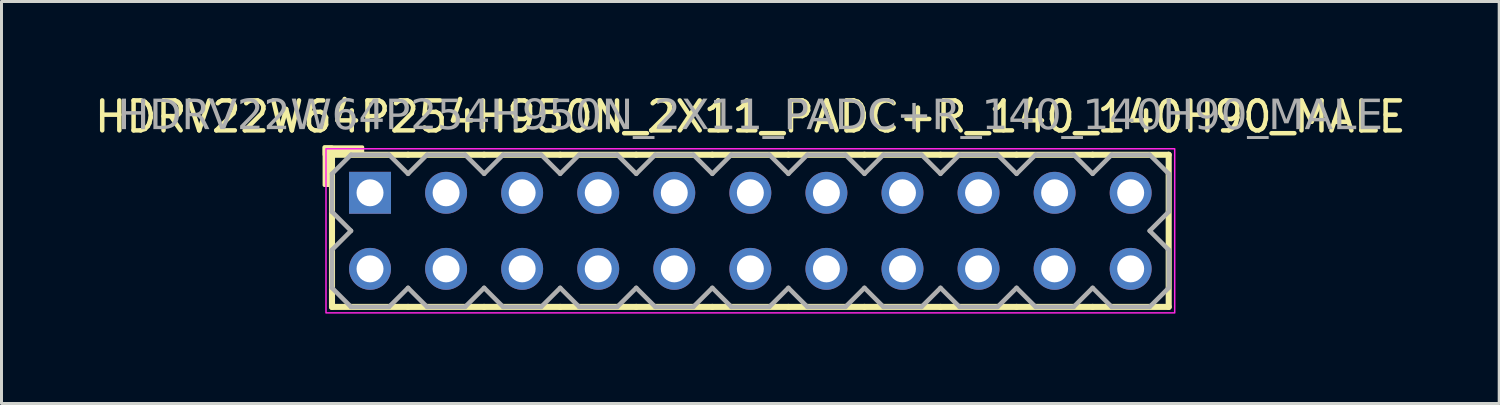
<source format=kicad_pcb>
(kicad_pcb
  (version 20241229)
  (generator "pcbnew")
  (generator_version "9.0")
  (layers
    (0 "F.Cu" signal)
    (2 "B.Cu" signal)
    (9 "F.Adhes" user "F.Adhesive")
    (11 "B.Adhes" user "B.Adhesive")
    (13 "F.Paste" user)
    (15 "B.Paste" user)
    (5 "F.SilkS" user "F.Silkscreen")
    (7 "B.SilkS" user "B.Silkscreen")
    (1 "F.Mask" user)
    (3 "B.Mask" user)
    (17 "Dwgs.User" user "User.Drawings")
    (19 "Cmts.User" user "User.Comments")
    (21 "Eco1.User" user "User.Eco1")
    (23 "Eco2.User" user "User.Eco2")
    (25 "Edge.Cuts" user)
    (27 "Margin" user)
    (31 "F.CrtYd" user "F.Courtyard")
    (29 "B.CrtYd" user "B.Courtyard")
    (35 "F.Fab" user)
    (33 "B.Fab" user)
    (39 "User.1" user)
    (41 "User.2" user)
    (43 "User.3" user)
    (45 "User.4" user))
  (footprint "HDRV22W64P254H950N_2X11_PADC+R_140_140H90_MALE"
    (layer "F.Cu")
    (at 22.006 4.658)
    (property "Reference" "HDRV22W64P254H950N_2X11_PADC+R_140_140H90_MALE" (at 0 -3.81 0) (layer "F.SilkS") (effects (font (size 1 1) (thickness 0.15))))
    (attr through_hole)
    (fp_line (start -13.97 2.54) (end -13.97 -2.54) (stroke (width 0.203) (type solid)) (layer "F.SilkS"))
    (fp_line (start -11.43 -2.54) (end -13.97 -2.54) (stroke (width 0.203) (type solid)) (layer "F.SilkS"))
    (fp_line (start -11.43 2.54) (end -13.97 2.54) (stroke (width 0.203) (type solid)) (layer "F.SilkS"))
    (fp_line (start -8.89 -2.54) (end -11.43 -2.54) (stroke (width 0.203) (type solid)) (layer "F.SilkS"))
    (fp_line (start -8.89 2.54) (end -11.43 2.54) (stroke (width 0.203) (type solid)) (layer "F.SilkS"))
    (fp_line (start -6.35 -2.54) (end -8.89 -2.54) (stroke (width 0.203) (type solid)) (layer "F.SilkS"))
    (fp_line (start -6.35 2.54) (end -8.89 2.54) (stroke (width 0.203) (type solid)) (layer "F.SilkS"))
    (fp_line (start -3.81 -2.54) (end -6.35 -2.54) (stroke (width 0.203) (type solid)) (layer "F.SilkS"))
    (fp_line (start -3.81 2.54) (end -6.35 2.54) (stroke (width 0.203) (type solid)) (layer "F.SilkS"))
    (fp_line (start -1.27 -2.54) (end -3.81 -2.54) (stroke (width 0.203) (type solid)) (layer "F.SilkS"))
    (fp_line (start -1.27 2.54) (end -3.81 2.54) (stroke (width 0.203) (type solid)) (layer "F.SilkS"))
    (fp_line (start 1.27 -2.54) (end -1.27 -2.54) (stroke (width 0.203) (type solid)) (layer "F.SilkS"))
    (fp_line (start 1.27 2.54) (end -1.27 2.54) (stroke (width 0.203) (type solid)) (layer "F.SilkS"))
    (fp_line (start 3.81 -2.54) (end 1.27 -2.54) (stroke (width 0.203) (type solid)) (layer "F.SilkS"))
    (fp_line (start 3.81 2.54) (end 1.27 2.54) (stroke (width 0.203) (type solid)) (layer "F.SilkS"))
    (fp_line (start 6.35 -2.54) (end 3.81 -2.54) (stroke (width 0.203) (type solid)) (layer "F.SilkS"))
    (fp_line (start 6.35 2.54) (end 3.81 2.54) (stroke (width 0.203) (type solid)) (layer "F.SilkS"))
    (fp_line (start 8.89 -2.54) (end 6.35 -2.54) (stroke (width 0.203) (type solid)) (layer "F.SilkS"))
    (fp_line (start 8.89 2.54) (end 6.35 2.54) (stroke (width 0.203) (type solid)) (layer "F.SilkS"))
    (fp_line (start 11.43 -2.54) (end 8.89 -2.54) (stroke (width 0.203) (type solid)) (layer "F.SilkS"))
    (fp_line (start 11.43 2.54) (end 8.89 2.54) (stroke (width 0.203) (type solid)) (layer "F.SilkS"))
    (fp_line (start 13.97 -2.54) (end 11.43 -2.54) (stroke (width 0.203) (type solid)) (layer "F.SilkS"))
    (fp_line (start 13.97 2.54) (end 11.43 2.54) (stroke (width 0.203) (type solid)) (layer "F.SilkS"))
    (fp_line (start 13.97 2.54) (end 13.97 -2.54) (stroke (width 0.203) (type solid)) (layer "F.SilkS"))
    (fp_rect (start -14.224 -1.524) (end -13.97 -2.794) (stroke (width 0.12) (type solid)) (fill yes) (layer "F.SilkS"))
    (fp_rect (start -12.954 -2.54) (end -14.224 -2.794) (stroke (width 0.12) (type solid)) (fill yes) (layer "F.SilkS"))
    (fp_rect (start -14.17 -2.74) (end 14.17 2.74) (stroke (width 0.05) (type default)) (fill no) (layer "F.CrtYd"))
    (fp_line (start -13.97 -1.905) (end -13.97 -0.635) (stroke (width 0.152) (type solid)) (layer "F.Fab"))
    (fp_line (start -13.97 -1.905) (end -13.335 -2.54) (stroke (width 0.152) (type solid)) (layer "F.Fab"))
    (fp_line (start -13.97 0.635) (end -13.97 1.905) (stroke (width 0.152) (type solid)) (layer "F.Fab"))
    (fp_line (start -13.335 -2.54) (end -12.065 -2.54) (stroke (width 0.152) (type solid)) (layer "F.Fab"))
    (fp_line (start -13.335 0) (end -13.97 -0.635) (stroke (width 0.152) (type solid)) (layer "F.Fab"))
    (fp_line (start -13.335 0) (end -13.97 0.635) (stroke (width 0.152) (type solid)) (layer "F.Fab"))
    (fp_line (start -13.335 2.54) (end -13.97 1.905) (stroke (width 0.152) (type solid)) (layer "F.Fab"))
    (fp_line (start -12.065 -2.54) (end -11.43 -1.905) (stroke (width 0.152) (type solid)) (layer "F.Fab"))
    (fp_line (start -12.065 2.54) (end -13.335 2.54) (stroke (width 0.152) (type solid)) (layer "F.Fab"))
    (fp_line (start -11.43 -1.905) (end -10.795 -2.54) (stroke (width 0.152) (type solid)) (layer "F.Fab"))
    (fp_line (start -11.43 1.905) (end -12.065 2.54) (stroke (width 0.152) (type solid)) (layer "F.Fab"))
    (fp_line (start -10.795 -2.54) (end -9.525 -2.54) (stroke (width 0.152) (type solid)) (layer "F.Fab"))
    (fp_line (start -10.795 2.54) (end -11.43 1.905) (stroke (width 0.152) (type solid)) (layer "F.Fab"))
    (fp_line (start -9.525 -2.54) (end -8.89 -1.905) (stroke (width 0.152) (type solid)) (layer "F.Fab"))
    (fp_line (start -9.525 2.54) (end -10.795 2.54) (stroke (width 0.152) (type solid)) (layer "F.Fab"))
    (fp_line (start -8.89 -1.905) (end -8.255 -2.54) (stroke (width 0.152) (type solid)) (layer "F.Fab"))
    (fp_line (start -8.89 1.905) (end -9.525 2.54) (stroke (width 0.152) (type solid)) (layer "F.Fab"))
    (fp_line (start -8.255 -2.54) (end -6.985 -2.54) (stroke (width 0.152) (type solid)) (layer "F.Fab"))
    (fp_line (start -8.255 2.54) (end -8.89 1.905) (stroke (width 0.152) (type solid)) (layer "F.Fab"))
    (fp_line (start -6.985 -2.54) (end -6.35 -1.905) (stroke (width 0.152) (type solid)) (layer "F.Fab"))
    (fp_line (start -6.985 2.54) (end -8.255 2.54) (stroke (width 0.152) (type solid)) (layer "F.Fab"))
    (fp_line (start -6.35 -1.905) (end -5.715 -2.54) (stroke (width 0.152) (type solid)) (layer "F.Fab"))
    (fp_line (start -6.35 1.905) (end -6.985 2.54) (stroke (width 0.152) (type solid)) (layer "F.Fab"))
    (fp_line (start -5.715 -2.54) (end -4.445 -2.54) (stroke (width 0.152) (type solid)) (layer "F.Fab"))
    (fp_line (start -5.715 2.54) (end -6.35 1.905) (stroke (width 0.152) (type solid)) (layer "F.Fab"))
    (fp_line (start -4.445 -2.54) (end -3.81 -1.905) (stroke (width 0.152) (type solid)) (layer "F.Fab"))
    (fp_line (start -4.445 2.54) (end -5.715 2.54) (stroke (width 0.152) (type solid)) (layer "F.Fab"))
    (fp_line (start -3.81 -1.905) (end -3.175 -2.54) (stroke (width 0.152) (type solid)) (layer "F.Fab"))
    (fp_line (start -3.81 1.905) (end -4.445 2.54) (stroke (width 0.152) (type solid)) (layer "F.Fab"))
    (fp_line (start -3.175 -2.54) (end -1.905 -2.54) (stroke (width 0.152) (type solid)) (layer "F.Fab"))
    (fp_line (start -3.175 2.54) (end -3.81 1.905) (stroke (width 0.152) (type solid)) (layer "F.Fab"))
    (fp_line (start -1.905 -2.54) (end -1.27 -1.905) (stroke (width 0.152) (type solid)) (layer "F.Fab"))
    (fp_line (start -1.905 2.54) (end -3.175 2.54) (stroke (width 0.152) (type solid)) (layer "F.Fab"))
    (fp_line (start -1.27 -1.905) (end -0.635 -2.54) (stroke (width 0.152) (type solid)) (layer "F.Fab"))
    (fp_line (start -1.27 1.905) (end -1.905 2.54) (stroke (width 0.152) (type solid)) (layer "F.Fab"))
    (fp_line (start -0.635 -2.54) (end 0.635 -2.54) (stroke (width 0.152) (type solid)) (layer "F.Fab"))
    (fp_line (start -0.635 2.54) (end -1.27 1.905) (stroke (width 0.152) (type solid)) (layer "F.Fab"))
    (fp_line (start 0.635 -2.54) (end 1.27 -1.905) (stroke (width 0.152) (type solid)) (layer "F.Fab"))
    (fp_line (start 0.635 2.54) (end -0.635 2.54) (stroke (width 0.152) (type solid)) (layer "F.Fab"))
    (fp_line (start 1.27 -1.905) (end 1.905 -2.54) (stroke (width 0.152) (type solid)) (layer "F.Fab"))
    (fp_line (start 1.27 1.905) (end 0.635 2.54) (stroke (width 0.152) (type solid)) (layer "F.Fab"))
    (fp_line (start 1.905 -2.54) (end 3.175 -2.54) (stroke (width 0.152) (type solid)) (layer "F.Fab"))
    (fp_line (start 1.905 2.54) (end 1.27 1.905) (stroke (width 0.152) (type solid)) (layer "F.Fab"))
    (fp_line (start 3.175 -2.54) (end 3.81 -1.905) (stroke (width 0.152) (type solid)) (layer "F.Fab"))
    (fp_line (start 3.175 2.54) (end 1.905 2.54) (stroke (width 0.152) (type solid)) (layer "F.Fab"))
    (fp_line (start 3.81 -1.905) (end 4.445 -2.54) (stroke (width 0.152) (type solid)) (layer "F.Fab"))
    (fp_line (start 3.81 1.905) (end 3.175 2.54) (stroke (width 0.152) (type solid)) (layer "F.Fab"))
    (fp_line (start 4.445 -2.54) (end 5.715 -2.54) (stroke (width 0.152) (type solid)) (layer "F.Fab"))
    (fp_line (start 4.445 2.54) (end 3.81 1.905) (stroke (width 0.152) (type solid)) (layer "F.Fab"))
    (fp_line (start 5.715 -2.54) (end 6.35 -1.905) (stroke (width 0.152) (type solid)) (layer "F.Fab"))
    (fp_line (start 5.715 2.54) (end 4.445 2.54) (stroke (width 0.152) (type solid)) (layer "F.Fab"))
    (fp_line (start 6.35 -1.905) (end 6.985 -2.54) (stroke (width 0.152) (type solid)) (layer "F.Fab"))
    (fp_line (start 6.35 1.905) (end 5.715 2.54) (stroke (width 0.152) (type solid)) (layer "F.Fab"))
    (fp_line (start 6.985 -2.54) (end 8.255 -2.54) (stroke (width 0.152) (type solid)) (layer "F.Fab"))
    (fp_line (start 6.985 2.54) (end 6.35 1.905) (stroke (width 0.152) (type solid)) (layer "F.Fab"))
    (fp_line (start 8.255 -2.54) (end 8.89 -1.905) (stroke (width 0.152) (type solid)) (layer "F.Fab"))
    (fp_line (start 8.255 2.54) (end 6.985 2.54) (stroke (width 0.152) (type solid)) (layer "F.Fab"))
    (fp_line (start 8.89 -1.905) (end 9.525 -2.54) (stroke (width 0.152) (type solid)) (layer "F.Fab"))
    (fp_line (start 8.89 1.905) (end 8.255 2.54) (stroke (width 0.152) (type solid)) (layer "F.Fab"))
    (fp_line (start 9.525 -2.54) (end 10.795 -2.54) (stroke (width 0.152) (type solid)) (layer "F.Fab"))
    (fp_line (start 9.525 2.54) (end 8.89 1.905) (stroke (width 0.152) (type solid)) (layer "F.Fab"))
    (fp_line (start 10.795 -2.54) (end 11.43 -1.905) (stroke (width 0.152) (type solid)) (layer "F.Fab"))
    (fp_line (start 10.795 2.54) (end 9.525 2.54) (stroke (width 0.152) (type solid)) (layer "F.Fab"))
    (fp_line (start 11.43 -1.905) (end 12.065 -2.54) (stroke (width 0.152) (type solid)) (layer "F.Fab"))
    (fp_line (start 11.43 1.905) (end 10.795 2.54) (stroke (width 0.152) (type solid)) (layer "F.Fab"))
    (fp_line (start 12.065 -2.54) (end 13.335 -2.54) (stroke (width 0.152) (type solid)) (layer "F.Fab"))
    (fp_line (start 12.065 2.54) (end 11.43 1.905) (stroke (width 0.152) (type solid)) (layer "F.Fab"))
    (fp_line (start 13.335 -2.54) (end 13.97 -1.905) (stroke (width 0.152) (type solid)) (layer "F.Fab"))
    (fp_line (start 13.335 0) (end 13.97 0.635) (stroke (width 0.152) (type solid)) (layer "F.Fab"))
    (fp_line (start 13.335 2.54) (end 12.065 2.54) (stroke (width 0.152) (type solid)) (layer "F.Fab"))
    (fp_line (start 13.97 -1.905) (end 13.97 -0.635) (stroke (width 0.152) (type solid)) (layer "F.Fab"))
    (fp_line (start 13.97 -0.635) (end 13.335 0) (stroke (width 0.152) (type solid)) (layer "F.Fab"))
    (fp_line (start 13.97 0.635) (end 13.97 1.905) (stroke (width 0.152) (type solid)) (layer "F.Fab"))
    (fp_line (start 13.97 1.905) (end 13.335 2.54) (stroke (width 0.152) (type solid)) (layer "F.Fab"))
    (fp_rect (start -12.446 -1.524) (end -12.954 -1.016) (stroke (width 0.152) (type solid)) (fill no) (layer "F.Fab"))
    (fp_rect (start -12.446 1.016) (end -12.954 1.524) (stroke (width 0.152) (type solid)) (fill no) (layer "F.Fab"))
    (fp_rect (start -9.906 -1.524) (end -10.414 -1.016) (stroke (width 0.152) (type solid)) (fill no) (layer "F.Fab"))
    (fp_rect (start -9.906 1.016) (end -10.414 1.524) (stroke (width 0.152) (type solid)) (fill no) (layer "F.Fab"))
    (fp_rect (start -7.366 -1.524) (end -7.874 -1.016) (stroke (width 0.152) (type solid)) (fill no) (layer "F.Fab"))
    (fp_rect (start -7.366 1.016) (end -7.874 1.524) (stroke (width 0.152) (type solid)) (fill no) (layer "F.Fab"))
    (fp_rect (start -4.826 -1.524) (end -5.334 -1.016) (stroke (width 0.152) (type solid)) (fill no) (layer "F.Fab"))
    (fp_rect (start -4.826 1.016) (end -5.334 1.524) (stroke (width 0.152) (type solid)) (fill no) (layer "F.Fab"))
    (fp_rect (start -2.286 -1.524) (end -2.794 -1.016) (stroke (width 0.152) (type solid)) (fill no) (layer "F.Fab"))
    (fp_rect (start -2.286 1.016) (end -2.794 1.524) (stroke (width 0.152) (type solid)) (fill no) (layer "F.Fab"))
    (fp_rect (start 0.254 -1.524) (end -0.254 -1.016) (stroke (width 0.152) (type solid)) (fill no) (layer "F.Fab"))
    (fp_rect (start 0.254 1.016) (end -0.254 1.524) (stroke (width 0.152) (type solid)) (fill no) (layer "F.Fab"))
    (fp_rect (start 2.794 -1.524) (end 2.286 -1.016) (stroke (width 0.152) (type solid)) (fill no) (layer "F.Fab"))
    (fp_rect (start 2.794 1.016) (end 2.286 1.524) (stroke (width 0.152) (type solid)) (fill no) (layer "F.Fab"))
    (fp_rect (start 5.334 -1.524) (end 4.826 -1.016) (stroke (width 0.152) (type solid)) (fill no) (layer "F.Fab"))
    (fp_rect (start 5.334 1.016) (end 4.826 1.524) (stroke (width 0.152) (type solid)) (fill no) (layer "F.Fab"))
    (fp_rect (start 7.874 -1.524) (end 7.366 -1.016) (stroke (width 0.152) (type solid)) (fill no) (layer "F.Fab"))
    (fp_rect (start 7.874 1.016) (end 7.366 1.524) (stroke (width 0.152) (type solid)) (fill no) (layer "F.Fab"))
    (fp_rect (start 10.414 -1.524) (end 9.906 -1.016) (stroke (width 0.152) (type solid)) (fill no) (layer "F.Fab"))
    (fp_rect (start 10.414 1.016) (end 9.906 1.524) (stroke (width 0.152) (type solid)) (fill no) (layer "F.Fab"))
    (fp_rect (start 12.954 -1.524) (end 12.446 -1.016) (stroke (width 0.152) (type solid)) (fill no) (layer "F.Fab"))
    (fp_rect (start 12.954 1.016) (end 12.446 1.524) (stroke (width 0.152) (type solid)) (fill no) (layer "F.Fab"))
    (fp_text user "${REFERENCE}" (at 0 -3.81 0) (layer "F.Fab") (effects (font (face "Tahoma") (size 1 1) (thickness 0.15))))
    (pad "1" thru_hole rect (at -12.7 -1.27) (size 1.4 1.4) (drill 0.9) (layers "*.Cu" "*.Mask"))
    (pad "2" thru_hole circle (at -12.7 1.27) (size 1.4 1.4) (drill 0.9) (layers "*.Cu" "*.Mask"))
    (pad "3" thru_hole circle (at -10.16 -1.27) (size 1.4 1.4) (drill 0.9) (layers "*.Cu" "*.Mask"))
    (pad "4" thru_hole circle (at -10.16 1.27) (size 1.4 1.4) (drill 0.9) (layers "*.Cu" "*.Mask"))
    (pad "5" thru_hole circle (at -7.62 -1.27) (size 1.4 1.4) (drill 0.9) (layers "*.Cu" "*.Mask"))
    (pad "6" thru_hole circle (at -7.62 1.27) (size 1.4 1.4) (drill 0.9) (layers "*.Cu" "*.Mask"))
    (pad "7" thru_hole circle (at -5.08 -1.27) (size 1.4 1.4) (drill 0.9) (layers "*.Cu" "*.Mask"))
    (pad "8" thru_hole circle (at -5.08 1.27) (size 1.4 1.4) (drill 0.9) (layers "*.Cu" "*.Mask"))
    (pad "9" thru_hole circle (at -2.54 -1.27) (size 1.4 1.4) (drill 0.9) (layers "*.Cu" "*.Mask"))
    (pad "10" thru_hole circle (at -2.54 1.27) (size 1.4 1.4) (drill 0.9) (layers "*.Cu" "*.Mask"))
    (pad "11" thru_hole circle (at 0 -1.27) (size 1.4 1.4) (drill 0.9) (layers "*.Cu" "*.Mask"))
    (pad "12" thru_hole circle (at 0 1.27) (size 1.4 1.4) (drill 0.9) (layers "*.Cu" "*.Mask"))
    (pad "13" thru_hole circle (at 2.54 -1.27) (size 1.4 1.4) (drill 0.9) (layers "*.Cu" "*.Mask"))
    (pad "14" thru_hole circle (at 2.54 1.27) (size 1.4 1.4) (drill 0.9) (layers "*.Cu" "*.Mask"))
    (pad "15" thru_hole circle (at 5.08 -1.27) (size 1.4 1.4) (drill 0.9) (layers "*.Cu" "*.Mask"))
    (pad "16" thru_hole circle (at 5.08 1.27) (size 1.4 1.4) (drill 0.9) (layers "*.Cu" "*.Mask"))
    (pad "17" thru_hole circle (at 7.62 -1.27) (size 1.4 1.4) (drill 0.9) (layers "*.Cu" "*.Mask"))
    (pad "18" thru_hole circle (at 7.62 1.27) (size 1.4 1.4) (drill 0.9) (layers "*.Cu" "*.Mask"))
    (pad "19" thru_hole circle (at 10.16 -1.27) (size 1.4 1.4) (drill 0.9) (layers "*.Cu" "*.Mask"))
    (pad "20" thru_hole circle (at 10.16 1.27) (size 1.4 1.4) (drill 0.9) (layers "*.Cu" "*.Mask"))
    (pad "21" thru_hole circle (at 12.7 -1.27) (size 1.4 1.4) (drill 0.9) (layers "*.Cu" "*.Mask"))
    (pad "22" thru_hole circle (at 12.7 1.27) (size 1.4 1.4) (drill 0.9) (layers "*.Cu" "*.Mask")))
  (gr_rect
    (start -3 -3)
    (end 47.012 10.423)
    (stroke (width 0.1) (type default))
    (fill no)
    (layer "Edge.Cuts")))
</source>
